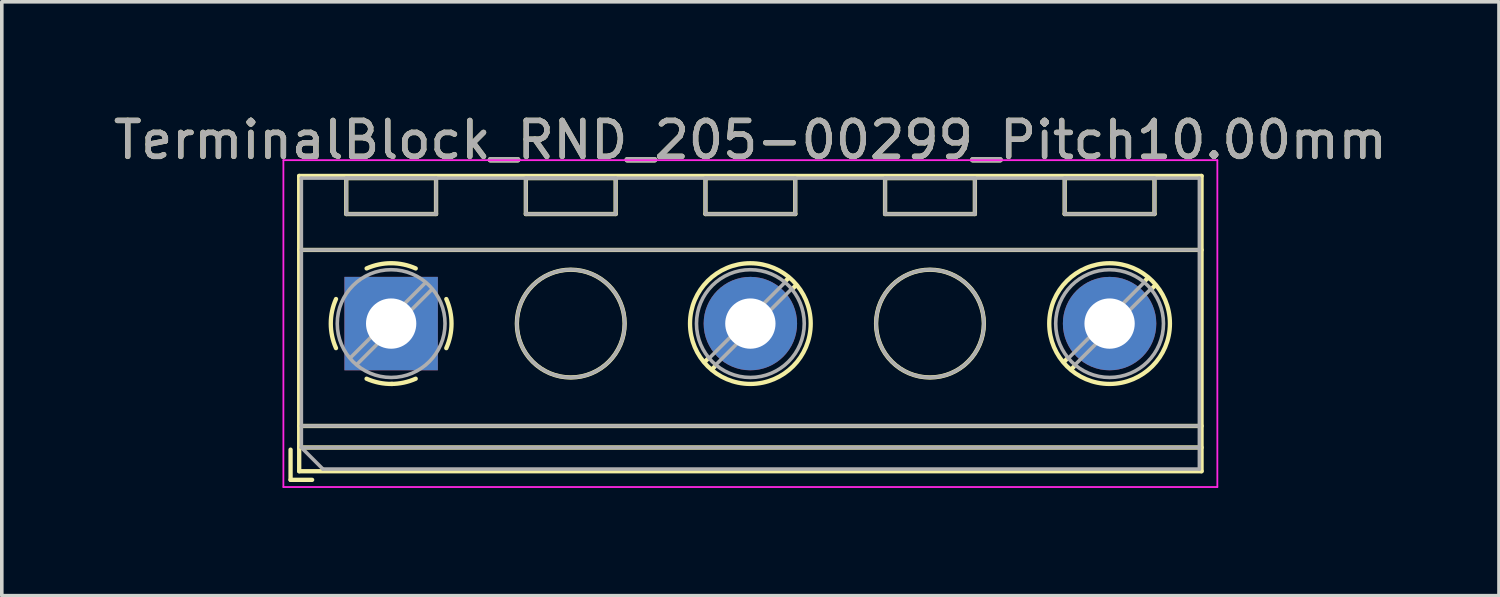
<source format=kicad_pcb>
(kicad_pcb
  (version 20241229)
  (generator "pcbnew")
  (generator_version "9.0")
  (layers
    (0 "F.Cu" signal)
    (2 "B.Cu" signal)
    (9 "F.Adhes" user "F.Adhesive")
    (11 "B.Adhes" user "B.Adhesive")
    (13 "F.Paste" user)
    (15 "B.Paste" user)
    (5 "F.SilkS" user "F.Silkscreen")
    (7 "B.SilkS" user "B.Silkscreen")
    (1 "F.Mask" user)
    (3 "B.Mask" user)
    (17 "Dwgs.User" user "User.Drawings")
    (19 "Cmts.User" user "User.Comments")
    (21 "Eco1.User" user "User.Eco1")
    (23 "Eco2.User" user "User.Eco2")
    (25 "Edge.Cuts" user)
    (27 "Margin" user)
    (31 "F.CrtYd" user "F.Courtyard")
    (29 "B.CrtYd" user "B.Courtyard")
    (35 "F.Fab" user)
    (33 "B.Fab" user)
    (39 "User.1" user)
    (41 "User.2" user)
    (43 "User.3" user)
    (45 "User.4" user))
  (footprint "TerminalBlock_RND_205-00299_Pitch10.00mm"
    (layer "F.Cu")
    (at 7.839 5.958)
    (property "Reference" "TerminalBlock_RND_205-00299_Pitch10.00mm" (at 10 -5.11 0) (layer "F.SilkS") (effects (font (size 1 1) (thickness 0.15))))
    (attr through_hole)
    (fp_line (start -2.8 3.51) (end -2.8 4.35) (stroke (width 0.12) (type solid)) (layer "F.SilkS"))
    (fp_line (start -2.8 4.35) (end -2.2 4.35) (stroke (width 0.12) (type solid)) (layer "F.SilkS"))
    (fp_line (start -2.56 -4.11) (end -2.56 4.11) (stroke (width 0.12) (type solid)) (layer "F.SilkS"))
    (fp_line (start -2.56 -2.05) (end 22.56 -2.05) (stroke (width 0.12) (type solid)) (layer "F.SilkS"))
    (fp_line (start -2.56 2.85) (end 22.56 2.85) (stroke (width 0.12) (type solid)) (layer "F.SilkS"))
    (fp_line (start -2.56 3.45) (end 22.56 3.45) (stroke (width 0.12) (type solid)) (layer "F.SilkS"))
    (fp_line (start -2.56 4.11) (end 22.56 4.11) (stroke (width 0.12) (type solid)) (layer "F.SilkS"))
    (fp_line (start -1.25 -4.05) (end -1.25 -3.05) (stroke (width 0.12) (type solid)) (layer "F.SilkS"))
    (fp_line (start -1.25 -4.05) (end 1.25 -4.05) (stroke (width 0.12) (type solid)) (layer "F.SilkS"))
    (fp_line (start -1.25 -3.05) (end 1.25 -3.05) (stroke (width 0.12) (type solid)) (layer "F.SilkS"))
    (fp_line (start 1.25 -4.05) (end 1.25 -3.05) (stroke (width 0.12) (type solid)) (layer "F.SilkS"))
    (fp_line (start 3.75 -4.05) (end 3.75 -3.05) (stroke (width 0.12) (type solid)) (layer "F.SilkS"))
    (fp_line (start 3.75 -4.05) (end 6.25 -4.05) (stroke (width 0.12) (type solid)) (layer "F.SilkS"))
    (fp_line (start 3.75 -3.05) (end 6.25 -3.05) (stroke (width 0.12) (type solid)) (layer "F.SilkS"))
    (fp_line (start 6.25 -4.05) (end 6.25 -3.05) (stroke (width 0.12) (type solid)) (layer "F.SilkS"))
    (fp_line (start 8.75 -4.05) (end 8.75 -3.05) (stroke (width 0.12) (type solid)) (layer "F.SilkS"))
    (fp_line (start 8.75 -4.05) (end 11.25 -4.05) (stroke (width 0.12) (type solid)) (layer "F.SilkS"))
    (fp_line (start 8.75 -3.05) (end 11.25 -3.05) (stroke (width 0.12) (type solid)) (layer "F.SilkS"))
    (fp_line (start 8.82 0.976) (end 8.726 1.069) (stroke (width 0.12) (type solid)) (layer "F.SilkS"))
    (fp_line (start 9.002 1.204) (end 8.931 1.274) (stroke (width 0.12) (type solid)) (layer "F.SilkS"))
    (fp_line (start 11.07 -1.275) (end 10.999 -1.204) (stroke (width 0.12) (type solid)) (layer "F.SilkS"))
    (fp_line (start 11.25 -4.05) (end 11.25 -3.05) (stroke (width 0.12) (type solid)) (layer "F.SilkS"))
    (fp_line (start 11.275 -1.069) (end 11.181 -0.976) (stroke (width 0.12) (type solid)) (layer "F.SilkS"))
    (fp_line (start 13.75 -4.05) (end 13.75 -3.05) (stroke (width 0.12) (type solid)) (layer "F.SilkS"))
    (fp_line (start 13.75 -4.05) (end 16.25 -4.05) (stroke (width 0.12) (type solid)) (layer "F.SilkS"))
    (fp_line (start 13.75 -3.05) (end 16.25 -3.05) (stroke (width 0.12) (type solid)) (layer "F.SilkS"))
    (fp_line (start 16.25 -4.05) (end 16.25 -3.05) (stroke (width 0.12) (type solid)) (layer "F.SilkS"))
    (fp_line (start 18.75 -4.05) (end 18.75 -3.05) (stroke (width 0.12) (type solid)) (layer "F.SilkS"))
    (fp_line (start 18.75 -4.05) (end 21.25 -4.05) (stroke (width 0.12) (type solid)) (layer "F.SilkS"))
    (fp_line (start 18.75 -3.05) (end 21.25 -3.05) (stroke (width 0.12) (type solid)) (layer "F.SilkS"))
    (fp_line (start 18.82 0.976) (end 18.726 1.069) (stroke (width 0.12) (type solid)) (layer "F.SilkS"))
    (fp_line (start 19.002 1.204) (end 18.931 1.274) (stroke (width 0.12) (type solid)) (layer "F.SilkS"))
    (fp_line (start 21.07 -1.275) (end 20.999 -1.204) (stroke (width 0.12) (type solid)) (layer "F.SilkS"))
    (fp_line (start 21.25 -4.05) (end 21.25 -3.05) (stroke (width 0.12) (type solid)) (layer "F.SilkS"))
    (fp_line (start 21.275 -1.069) (end 21.181 -0.976) (stroke (width 0.12) (type solid)) (layer "F.SilkS"))
    (fp_line (start 22.56 -4.11) (end -2.56 -4.11) (stroke (width 0.12) (type solid)) (layer "F.SilkS"))
    (fp_line (start 22.56 4.11) (end 22.56 -4.11) (stroke (width 0.12) (type solid)) (layer "F.SilkS"))
    (fp_arc (start -1.535427 0.683042) (mid -1.680501 -0.000524) (end -1.535 -0.684) (stroke (width 0.12) (type solid)) (layer "F.SilkS"))
    (fp_arc (start -0.683042 -1.535427) (mid 0.000524 -1.680501) (end 0.684 -1.535) (stroke (width 0.12) (type solid)) (layer "F.SilkS"))
    (fp_arc (start 0.028805 1.680253) (mid -0.335551 1.646659) (end -0.684 1.535) (stroke (width 0.12) (type solid)) (layer "F.SilkS"))
    (fp_arc (start 0.683318 1.534756) (mid 0.349292 1.643288) (end 0 1.68) (stroke (width 0.12) (type solid)) (layer "F.SilkS"))
    (fp_arc (start 1.535427 -0.683042) (mid 1.680501 0.000524) (end 1.535 0.684) (stroke (width 0.12) (type solid)) (layer "F.SilkS"))
    (fp_circle (center 5 0) (end 6.5 0) (stroke (width 0.12) (type solid)) (fill no) (layer "F.SilkS"))
    (fp_circle (center 10 0) (end 11.68 0) (stroke (width 0.12) (type solid)) (fill no) (layer "F.SilkS"))
    (fp_circle (center 15 0) (end 16.5 0) (stroke (width 0.12) (type solid)) (fill no) (layer "F.SilkS"))
    (fp_circle (center 20 0) (end 21.68 0) (stroke (width 0.12) (type solid)) (fill no) (layer "F.SilkS"))
    (fp_line (start -3 -4.55) (end -3 4.55) (stroke (width 0.05) (type solid)) (layer "F.CrtYd"))
    (fp_line (start -3 4.55) (end 23 4.55) (stroke (width 0.05) (type solid)) (layer "F.CrtYd"))
    (fp_line (start 23 -4.55) (end -3 -4.55) (stroke (width 0.05) (type solid)) (layer "F.CrtYd"))
    (fp_line (start 23 4.55) (end 23 -4.55) (stroke (width 0.05) (type solid)) (layer "F.CrtYd"))
    (fp_line (start -2.5 -4.05) (end 22.5 -4.05) (stroke (width 0.1) (type solid)) (layer "F.Fab"))
    (fp_line (start -2.5 -2.05) (end 22.5 -2.05) (stroke (width 0.1) (type solid)) (layer "F.Fab"))
    (fp_line (start -2.5 2.85) (end 22.5 2.85) (stroke (width 0.1) (type solid)) (layer "F.Fab"))
    (fp_line (start -2.5 3.45) (end -2.5 -4.05) (stroke (width 0.1) (type solid)) (layer "F.Fab"))
    (fp_line (start -2.5 3.45) (end 22.5 3.45) (stroke (width 0.1) (type solid)) (layer "F.Fab"))
    (fp_line (start -1.9 4.05) (end -2.5 3.45) (stroke (width 0.1) (type solid)) (layer "F.Fab"))
    (fp_line (start -1.25 -4.05) (end -1.25 -3.05) (stroke (width 0.1) (type solid)) (layer "F.Fab"))
    (fp_line (start -1.25 -3.05) (end 1.25 -3.05) (stroke (width 0.1) (type solid)) (layer "F.Fab"))
    (fp_line (start 0.955 -1.138) (end -1.138 0.955) (stroke (width 0.1) (type solid)) (layer "F.Fab"))
    (fp_line (start 1.138 -0.955) (end -0.955 1.138) (stroke (width 0.1) (type solid)) (layer "F.Fab"))
    (fp_line (start 1.25 -4.05) (end -1.25 -4.05) (stroke (width 0.1) (type solid)) (layer "F.Fab"))
    (fp_line (start 1.25 -3.05) (end 1.25 -4.05) (stroke (width 0.1) (type solid)) (layer "F.Fab"))
    (fp_line (start 3.75 -4.05) (end 3.75 -3.05) (stroke (width 0.1) (type solid)) (layer "F.Fab"))
    (fp_line (start 3.75 -3.05) (end 6.25 -3.05) (stroke (width 0.1) (type solid)) (layer "F.Fab"))
    (fp_line (start 6.25 -4.05) (end 3.75 -4.05) (stroke (width 0.1) (type solid)) (layer "F.Fab"))
    (fp_line (start 6.25 -3.05) (end 6.25 -4.05) (stroke (width 0.1) (type solid)) (layer "F.Fab"))
    (fp_line (start 8.75 -4.05) (end 8.75 -3.05) (stroke (width 0.1) (type solid)) (layer "F.Fab"))
    (fp_line (start 8.75 -3.05) (end 11.25 -3.05) (stroke (width 0.1) (type solid)) (layer "F.Fab"))
    (fp_line (start 10.955 -1.138) (end 8.863 0.955) (stroke (width 0.1) (type solid)) (layer "F.Fab"))
    (fp_line (start 11.138 -0.955) (end 9.046 1.138) (stroke (width 0.1) (type solid)) (layer "F.Fab"))
    (fp_line (start 11.25 -4.05) (end 8.75 -4.05) (stroke (width 0.1) (type solid)) (layer "F.Fab"))
    (fp_line (start 11.25 -3.05) (end 11.25 -4.05) (stroke (width 0.1) (type solid)) (layer "F.Fab"))
    (fp_line (start 13.75 -4.05) (end 13.75 -3.05) (stroke (width 0.1) (type solid)) (layer "F.Fab"))
    (fp_line (start 13.75 -3.05) (end 16.25 -3.05) (stroke (width 0.1) (type solid)) (layer "F.Fab"))
    (fp_line (start 16.25 -4.05) (end 13.75 -4.05) (stroke (width 0.1) (type solid)) (layer "F.Fab"))
    (fp_line (start 16.25 -3.05) (end 16.25 -4.05) (stroke (width 0.1) (type solid)) (layer "F.Fab"))
    (fp_line (start 18.75 -4.05) (end 18.75 -3.05) (stroke (width 0.1) (type solid)) (layer "F.Fab"))
    (fp_line (start 18.75 -3.05) (end 21.25 -3.05) (stroke (width 0.1) (type solid)) (layer "F.Fab"))
    (fp_line (start 20.955 -1.138) (end 18.863 0.955) (stroke (width 0.1) (type solid)) (layer "F.Fab"))
    (fp_line (start 21.138 -0.955) (end 19.046 1.138) (stroke (width 0.1) (type solid)) (layer "F.Fab"))
    (fp_line (start 21.25 -4.05) (end 18.75 -4.05) (stroke (width 0.1) (type solid)) (layer "F.Fab"))
    (fp_line (start 21.25 -3.05) (end 21.25 -4.05) (stroke (width 0.1) (type solid)) (layer "F.Fab"))
    (fp_line (start 22.5 -4.05) (end 22.5 4.05) (stroke (width 0.1) (type solid)) (layer "F.Fab"))
    (fp_line (start 22.5 4.05) (end -1.9 4.05) (stroke (width 0.1) (type solid)) (layer "F.Fab"))
    (fp_circle (center 0 0) (end 1.5 0) (stroke (width 0.1) (type solid)) (fill no) (layer "F.Fab"))
    (fp_circle (center 5 0) (end 6.5 0) (stroke (width 0.1) (type solid)) (fill no) (layer "F.Fab"))
    (fp_circle (center 10 0) (end 11.5 0) (stroke (width 0.1) (type solid)) (fill no) (layer "F.Fab"))
    (fp_circle (center 15 0) (end 16.5 0) (stroke (width 0.1) (type solid)) (fill no) (layer "F.Fab"))
    (fp_circle (center 20 0) (end 21.5 0) (stroke (width 0.1) (type solid)) (fill no) (layer "F.Fab"))
    (fp_text user "${REFERENCE}" (at 10 -5.11 0) (layer "F.Fab") (effects (font (size 1 1) (thickness 0.15))))
    (pad "1" thru_hole rect (at 0 0) (size 2.6 2.6) (drill 1.4) (layers "*.Cu" "*.Mask"))
    (pad "2" thru_hole oval (at 10 0) (size 2.6 2.6) (drill 1.4) (layers "*.Cu" "*.Mask"))
    (pad "3" thru_hole oval (at 20 0) (size 2.6 2.6) (drill 1.4) (layers "*.Cu" "*.Mask")))
  (gr_rect
    (start -3 -3)
    (end 38.679 13.533)
    (stroke (width 0.1) (type default))
    (fill no)
    (layer "Edge.Cuts")))
</source>
